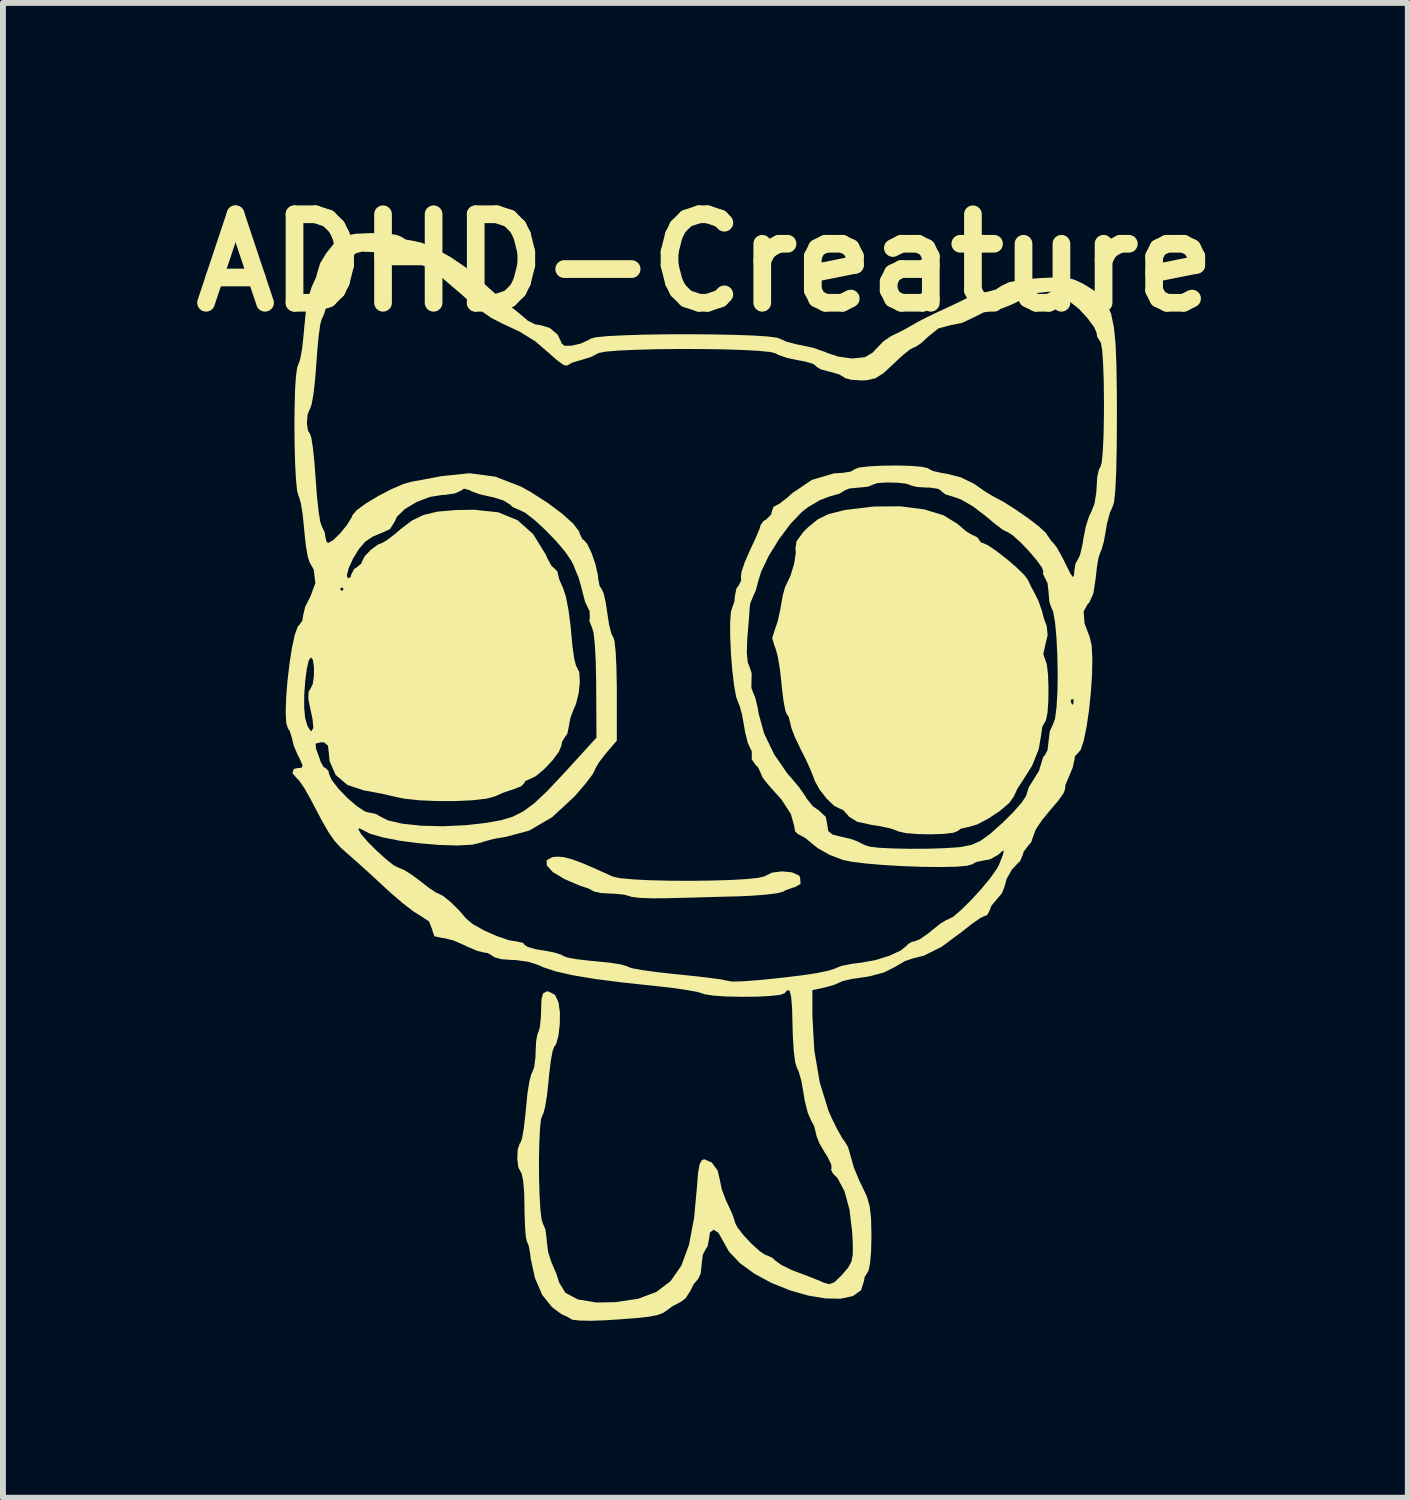
<source format=kicad_pcb>
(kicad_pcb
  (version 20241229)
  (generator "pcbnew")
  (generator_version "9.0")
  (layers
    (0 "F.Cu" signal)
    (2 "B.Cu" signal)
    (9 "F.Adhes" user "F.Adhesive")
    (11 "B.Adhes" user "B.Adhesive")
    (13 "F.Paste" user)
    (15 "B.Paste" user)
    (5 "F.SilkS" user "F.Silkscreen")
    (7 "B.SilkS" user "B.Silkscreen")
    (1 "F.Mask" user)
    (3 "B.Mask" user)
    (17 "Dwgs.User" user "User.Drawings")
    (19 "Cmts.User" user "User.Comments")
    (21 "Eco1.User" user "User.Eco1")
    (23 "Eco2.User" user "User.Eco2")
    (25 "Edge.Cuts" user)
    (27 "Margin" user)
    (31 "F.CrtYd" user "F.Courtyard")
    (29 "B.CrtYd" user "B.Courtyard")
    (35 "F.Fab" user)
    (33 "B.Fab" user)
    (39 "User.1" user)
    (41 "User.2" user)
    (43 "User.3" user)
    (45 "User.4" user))
  (footprint "ADHD-Creature"
    (layer "F.Cu")
    (at 8.907 9.532)
    (property "Reference" "ADHD-Creature" (at 0 -8.128 0) (layer "F.SilkS") (effects (font (size 1.5 1.5) (thickness 0.3))))
    (attr board_only exclude_from_pos_files exclude_from_bom)
    (fp_poly (pts (xy -2.399 1.948) (xy -2.27 1.981) (xy -2.095 2.045) (xy -1.851 2.15) (xy -1.57 2.277) (xy -1.45 2.304) (xy -1.235 2.324) (xy -0.951 2.339) (xy -0.619 2.347) (xy -0.266 2.349) (xy 0.087 2.345) (xy 0.414 2.336) (xy 0.691 2.32) (xy 0.896 2.299) (xy 1.004 2.273) (xy 1.01 2.268) (xy 1.13 2.21) (xy 1.298 2.189) (xy 1.466 2.205) (xy 1.584 2.257) (xy 1.605 2.286) (xy 1.614 2.401) (xy 1.517 2.457) (xy 1.492 2.462) (xy 1.366 2.506) (xy 1.314 2.534) (xy 1.215 2.56) (xy 1.021 2.584) (xy 0.765 2.603) (xy 0.563 2.612) (xy 0.207 2.621) (xy -0.18 2.632) (xy -0.532 2.641) (xy -0.647 2.644) (xy -0.904 2.646) (xy -1.115 2.638) (xy -1.249 2.621) (xy -1.273 2.613) (xy -1.378 2.583) (xy -1.55 2.567) (xy -1.601 2.566) (xy -1.772 2.556) (xy -1.885 2.531) (xy -1.9 2.522) (xy -1.998 2.471) (xy -2.019 2.467) (xy -2.117 2.435) (xy -2.281 2.366) (xy -2.393 2.316) (xy -2.586 2.201) (xy -2.687 2.09) (xy -2.691 2) (xy -2.593 1.947) (xy -2.504 1.939)) (stroke (width 0) (type solid)) (fill yes) (layer "F.SilkS"))
    (fp_poly (pts (xy 3.706 -3.948) (xy 4.038 -3.847) (xy 4.277 -3.699) (xy 4.287 -3.69) (xy 4.422 -3.574) (xy 4.531 -3.509) (xy 4.554 -3.503) (xy 4.625 -3.463) (xy 4.63 -3.441) (xy 4.678 -3.382) (xy 4.701 -3.378) (xy 4.79 -3.339) (xy 4.937 -3.239) (xy 5.111 -3.104) (xy 5.278 -2.96) (xy 5.408 -2.833) (xy 5.467 -2.753) (xy 5.532 -2.615) (xy 5.562 -2.565) (xy 5.644 -2.401) (xy 5.709 -2.218) (xy 5.722 -2.158) (xy 5.754 -2.053) (xy 5.785 -1.977) (xy 5.802 -1.816) (xy 5.766 -1.667) (xy 5.728 -1.49) (xy 5.756 -1.413) (xy 5.788 -1.322) (xy 5.808 -1.148) (xy 5.816 -0.929) (xy 5.814 -0.702) (xy 5.8 -0.504) (xy 5.774 -0.374) (xy 5.756 -0.344) (xy 5.71 -0.259) (xy 5.693 -0.129) (xy 5.65 0.121) (xy 5.538 0.399) (xy 5.395 0.626) (xy 5.291 0.784) (xy 5.229 0.919) (xy 5.15 1.03) (xy 4.994 1.163) (xy 4.8 1.292) (xy 4.609 1.393) (xy 4.458 1.438) (xy 4.445 1.439) (xy 4.325 1.468) (xy 4.285 1.501) (xy 4.206 1.534) (xy 4.04 1.554) (xy 3.826 1.561) (xy 3.601 1.557) (xy 3.403 1.541) (xy 3.272 1.512) (xy 3.254 1.503) (xy 3.141 1.462) (xy 2.954 1.422) (xy 2.827 1.403) (xy 2.574 1.348) (xy 2.434 1.262) (xy 2.421 1.243) (xy 2.335 1.149) (xy 2.28 1.126) (xy 2.183 1.078) (xy 2.058 0.958) (xy 1.937 0.804) (xy 1.854 0.654) (xy 1.845 0.626) (xy 1.791 0.486) (xy 1.7 0.286) (xy 1.619 0.125) (xy 1.523 -0.074) (xy 1.458 -0.242) (xy 1.439 -0.325) (xy 1.411 -0.435) (xy 1.386 -0.464) (xy 1.356 -0.537) (xy 1.324 -0.704) (xy 1.296 -0.931) (xy 1.29 -1.003) (xy 1.261 -1.256) (xy 1.223 -1.472) (xy 1.183 -1.61) (xy 1.174 -1.626) (xy 1.133 -1.763) (xy 1.171 -1.889) (xy 1.224 -2.043) (xy 1.27 -2.248) (xy 1.28 -2.309) (xy 1.313 -2.493) (xy 1.35 -2.627) (xy 1.362 -2.653) (xy 1.443 -2.822) (xy 1.505 -3.026) (xy 1.533 -3.209) (xy 1.527 -3.283) (xy 1.544 -3.405) (xy 1.656 -3.559) (xy 1.733 -3.637) (xy 1.906 -3.779) (xy 2.09 -3.868) (xy 2.341 -3.931) (xy 2.377 -3.938) (xy 2.853 -3.996) (xy 3.303 -3.999)) (stroke (width 0) (type solid)) (fill yes) (layer "F.SilkS"))
    (fp_poly (pts (xy -5.424 -8.624) (xy -5.25 -8.604) (xy -5.164 -8.574) (xy -5.161 -8.571) (xy -5.073 -8.519) (xy -4.997 -8.508) (xy -4.817 -8.47) (xy -4.577 -8.368) (xy -4.314 -8.221) (xy -4.062 -8.049) (xy -3.887 -7.9) (xy -3.683 -7.711) (xy -3.469 -7.524) (xy -3.347 -7.424) (xy -3.184 -7.294) (xy -3.054 -7.185) (xy -3.014 -7.149) (xy -2.887 -7.084) (xy -2.789 -7.069) (xy -2.638 -7.023) (xy -2.506 -6.912) (xy -2.441 -6.779) (xy -2.44 -6.762) (xy -2.389 -6.721) (xy -2.267 -6.722) (xy -2.115 -6.757) (xy -1.976 -6.82) (xy -1.945 -6.842) (xy -1.855 -6.865) (xy -1.662 -6.884) (xy -1.386 -6.898) (xy -1.049 -6.909) (xy -0.673 -6.915) (xy -0.279 -6.916) (xy 0.112 -6.913) (xy 0.477 -6.906) (xy 0.796 -6.895) (xy 1.047 -6.879) (xy 1.209 -6.859) (xy 1.257 -6.843) (xy 1.372 -6.791) (xy 1.551 -6.744) (xy 1.618 -6.732) (xy 1.835 -6.684) (xy 2.032 -6.615) (xy 2.068 -6.598) (xy 2.25 -6.538) (xy 2.468 -6.507) (xy 2.506 -6.506) (xy 2.704 -6.527) (xy 2.836 -6.605) (xy 2.893 -6.667) (xy 3.024 -6.801) (xy 3.152 -6.886) (xy 3.311 -6.963) (xy 3.394 -7.007) (xy 3.547 -7.094) (xy 3.613 -7.132) (xy 3.734 -7.194) (xy 3.915 -7.282) (xy 4.004 -7.323) (xy 4.213 -7.421) (xy 4.406 -7.514) (xy 4.463 -7.542) (xy 4.632 -7.608) (xy 4.77 -7.633) (xy 4.921 -7.673) (xy 5.012 -7.733) (xy 5.146 -7.798) (xy 5.389 -7.843) (xy 5.654 -7.867) (xy 5.923 -7.88) (xy 6.106 -7.875) (xy 6.245 -7.845) (xy 6.378 -7.785) (xy 6.456 -7.741) (xy 6.605 -7.645) (xy 6.723 -7.543) (xy 6.813 -7.419) (xy 6.879 -7.257) (xy 6.924 -7.042) (xy 6.953 -6.759) (xy 6.968 -6.392) (xy 6.975 -5.925) (xy 6.976 -5.562) (xy 6.973 -5.008) (xy 6.964 -4.577) (xy 6.949 -4.266) (xy 6.928 -4.072) (xy 6.905 -3.998) (xy 6.856 -3.887) (xy 6.808 -3.704) (xy 6.79 -3.597) (xy 6.755 -3.404) (xy 6.715 -3.261) (xy 6.696 -3.222) (xy 6.665 -3.129) (xy 6.635 -2.954) (xy 6.618 -2.79) (xy 6.577 -2.521) (xy 6.507 -2.367) (xy 6.482 -2.343) (xy 6.412 -2.218) (xy 6.427 -2.017) (xy 6.516 -1.779) (xy 6.548 -1.641) (xy 6.56 -1.423) (xy 6.555 -1.152) (xy 6.535 -0.851) (xy 6.504 -0.548) (xy 6.463 -0.266) (xy 6.415 -0.033) (xy 6.364 0.127) (xy 6.312 0.188) (xy 6.31 0.188) (xy 6.264 0.239) (xy 6.256 0.297) (xy 6.227 0.429) (xy 6.162 0.585) (xy 6.105 0.72) (xy 6.094 0.803) (xy 6.095 0.806) (xy 6.069 0.869) (xy 5.978 0.996) (xy 5.844 1.153) (xy 5.702 1.326) (xy 5.602 1.477) (xy 5.568 1.566) (xy 5.523 1.695) (xy 5.474 1.752) (xy 5.395 1.857) (xy 5.38 1.913) (xy 5.333 2.019) (xy 5.302 2.046) (xy 5.197 2.157) (xy 5.106 2.318) (xy 5.067 2.461) (xy 5.025 2.563) (xy 4.942 2.659) (xy 4.848 2.773) (xy 4.817 2.856) (xy 4.775 2.933) (xy 4.746 2.94) (xy 4.664 2.978) (xy 4.521 3.077) (xy 4.355 3.208) (xy 4.006 3.467) (xy 3.704 3.618) (xy 3.525 3.662) (xy 3.382 3.71) (xy 3.22 3.805) (xy 3.211 3.811) (xy 3.024 3.904) (xy 2.775 3.97) (xy 2.689 3.983) (xy 2.487 4.012) (xy 2.335 4.047) (xy 2.283 4.068) (xy 2.182 4.113) (xy 2.024 4.157) (xy 2.018 4.158) (xy 1.814 4.202) (xy 1.814 4.633) (xy 1.846 5.219) (xy 1.939 5.766) (xy 2.085 6.241) (xy 2.138 6.364) (xy 2.237 6.564) (xy 2.322 6.715) (xy 2.373 6.785) (xy 2.373 6.785) (xy 2.419 6.864) (xy 2.462 7.011) (xy 2.466 7.031) (xy 2.52 7.216) (xy 2.612 7.438) (xy 2.661 7.536) (xy 2.739 7.704) (xy 2.786 7.87) (xy 2.809 8.076) (xy 2.815 8.363) (xy 2.815 8.383) (xy 2.809 8.635) (xy 2.791 8.837) (xy 2.766 8.958) (xy 2.753 8.978) (xy 2.699 9.067) (xy 2.69 9.128) (xy 2.64 9.288) (xy 2.501 9.388) (xy 2.292 9.433) (xy 2.031 9.428) (xy 1.737 9.378) (xy 1.427 9.289) (xy 1.12 9.165) (xy 0.835 9.011) (xy 0.59 8.834) (xy 0.402 8.637) (xy 0.303 8.461) (xy 0.221 8.315) (xy 0.139 8.263) (xy 0.078 8.31) (xy 0.063 8.411) (xy 0.039 8.543) (xy 0 8.602) (xy -0.043 8.686) (xy -0.062 8.837) (xy -0.063 8.852) (xy -0.08 9.008) (xy -0.124 9.102) (xy -0.129 9.105) (xy -0.201 9.191) (xy -0.253 9.298) (xy -0.338 9.429) (xy -0.421 9.489) (xy -0.56 9.562) (xy -0.642 9.623) (xy -0.713 9.672) (xy -0.809 9.709) (xy -0.953 9.737) (xy -1.166 9.761) (xy -1.471 9.784) (xy -1.69 9.798) (xy -1.939 9.807) (xy -2.138 9.803) (xy -2.257 9.788) (xy -2.274 9.779) (xy -2.357 9.73) (xy -2.371 9.728) (xy -2.443 9.692) (xy -2.568 9.6) (xy -2.605 9.57) (xy -2.765 9.369) (xy -2.889 9.082) (xy -2.962 8.748) (xy -2.969 8.68) (xy -2.993 8.539) (xy -3.024 8.466) (xy -3.043 8.389) (xy -3.057 8.218) (xy -3.065 7.984) (xy -3.066 7.876) (xy -3.072 7.626) (xy -3.09 7.425) (xy -3.116 7.307) (xy -3.128 7.288) (xy -3.171 7.204) (xy -3.189 7.055) (xy -3.181 6.902) (xy -3.147 6.802) (xy -3.137 6.794) (xy -3.109 6.72) (xy -3.079 6.553) (xy -3.052 6.321) (xy -3.042 6.213) (xy -3.017 5.96) (xy -2.984 5.753) (xy -2.951 5.625) (xy -2.939 5.604) (xy -2.902 5.509) (xy -2.88 5.339) (xy -2.878 5.253) (xy -2.869 5.071) (xy -2.846 4.944) (xy -2.832 4.918) (xy -2.806 4.833) (xy -2.789 4.668) (xy -2.785 4.547) (xy -2.778 4.355) (xy -2.751 4.257) (xy -2.692 4.225) (xy -2.663 4.223) (xy -2.549 4.282) (xy -2.489 4.411) (xy -2.466 4.577) (xy -2.468 4.78) (xy -2.491 4.975) (xy -2.53 5.117) (xy -2.561 5.159) (xy -2.589 5.232) (xy -2.62 5.399) (xy -2.648 5.63) (xy -2.658 5.739) (xy -2.685 5.989) (xy -2.718 6.189) (xy -2.751 6.307) (xy -2.764 6.325) (xy -2.788 6.4) (xy -2.805 6.572) (xy -2.816 6.814) (xy -2.821 7.097) (xy -2.819 7.393) (xy -2.811 7.676) (xy -2.797 7.916) (xy -2.777 8.086) (xy -2.755 8.156) (xy -2.711 8.258) (xy -2.69 8.422) (xy -2.69 8.443) (xy -2.665 8.646) (xy -2.606 8.824) (xy -2.606 8.825) (xy -2.524 9.014) (xy -2.479 9.158) (xy -2.373 9.332) (xy -2.162 9.445) (xy -1.849 9.497) (xy -1.524 9.491) (xy -1.14 9.434) (xy -0.831 9.318) (xy -0.589 9.134) (xy -0.407 8.871) (xy -0.277 8.517) (xy -0.191 8.062) (xy -0.144 7.554) (xy -0.124 7.301) (xy -0.097 7.151) (xy -0.057 7.082) (xy -0.018 7.069) (xy 0.109 7.125) (xy 0.209 7.262) (xy 0.248 7.432) (xy 0.278 7.577) (xy 0.348 7.764) (xy 0.375 7.82) (xy 0.452 7.986) (xy 0.496 8.11) (xy 0.5 8.136) (xy 0.543 8.224) (xy 0.648 8.358) (xy 0.784 8.503) (xy 0.919 8.625) (xy 1.019 8.692) (xy 1.037 8.696) (xy 1.136 8.74) (xy 1.186 8.787) (xy 1.287 8.86) (xy 1.458 8.944) (xy 1.553 8.981) (xy 1.76 9.058) (xy 1.94 9.131) (xy 1.993 9.155) (xy 2.095 9.187) (xy 2.184 9.156) (xy 2.3 9.046) (xy 2.329 9.014) (xy 2.422 8.903) (xy 2.476 8.805) (xy 2.499 8.684) (xy 2.499 8.502) (xy 2.488 8.296) (xy 2.443 7.921) (xy 2.358 7.611) (xy 2.24 7.388) (xy 2.16 7.308) (xy 2.129 7.241) (xy 2.139 7.224) (xy 2.132 7.153) (xy 2.067 7.022) (xy 2.028 6.962) (xy 1.933 6.8) (xy 1.881 6.665) (xy 1.877 6.637) (xy 1.843 6.505) (xy 1.792 6.411) (xy 1.736 6.28) (xy 1.685 6.079) (xy 1.663 5.945) (xy 1.627 5.739) (xy 1.581 5.579) (xy 1.552 5.522) (xy 1.523 5.429) (xy 1.499 5.241) (xy 1.483 4.99) (xy 1.478 4.817) (xy 1.47 4.502) (xy 1.452 4.302) (xy 1.424 4.207) (xy 1.382 4.207) (xy 1.345 4.254) (xy 1.268 4.282) (xy 1.099 4.301) (xy 0.869 4.313) (xy 0.611 4.315) (xy 0.356 4.31) (xy 0.138 4.295) (xy -0.012 4.272) (xy -0.048 4.259) (xy -0.153 4.229) (xy -0.352 4.194) (xy -0.612 4.158) (xy -0.813 4.136) (xy -1.401 4.073) (xy -1.877 4.012) (xy -2.252 3.949) (xy -2.538 3.884) (xy -2.749 3.814) (xy -2.825 3.778) (xy -2.993 3.723) (xy -3.209 3.693) (xy -3.275 3.691) (xy -3.454 3.678) (xy -3.574 3.646) (xy -3.597 3.629) (xy -3.687 3.574) (xy -3.743 3.566) (xy -3.863 3.538) (xy -4.032 3.467) (xy -4.083 3.441) (xy -4.27 3.36) (xy -4.441 3.318) (xy -4.473 3.316) (xy -4.593 3.289) (xy -4.629 3.188) (xy -4.63 3.175) (xy -4.685 3.037) (xy -4.814 2.952) (xy -4.943 2.872) (xy -5.128 2.73) (xy -5.336 2.552) (xy -5.411 2.483) (xy -5.632 2.278) (xy -5.852 2.078) (xy -6.032 1.919) (xy -6.068 1.888) (xy -6.186 1.782) (xy -6.284 1.674) (xy -6.38 1.538) (xy -6.49 1.349) (xy -6.631 1.082) (xy -6.694 0.961) (xy -6.796 0.781) (xy -6.887 0.649) (xy -6.929 0.607) (xy -7.001 0.522) (xy -6.977 0.454) (xy -6.913 0.438) (xy -6.841 0.431) (xy -6.829 0.39) (xy -6.875 0.283) (xy -6.913 0.21) (xy -6.979 0.055) (xy -6.986 0.023) (xy -6.607 0.023) (xy -6.601 0.108) (xy -6.6 0.109) (xy -6.542 0.267) (xy -6.523 0.328) (xy -6.471 0.421) (xy -6.437 0.438) (xy -6.387 0.489) (xy -6.381 0.531) (xy -6.336 0.637) (xy -6.221 0.786) (xy -6.067 0.946) (xy -5.906 1.085) (xy -5.77 1.173) (xy -5.716 1.189) (xy -5.584 1.215) (xy -5.534 1.246) (xy -5.384 1.324) (xy -5.136 1.381) (xy -4.816 1.415) (xy -4.448 1.424) (xy -4.058 1.406) (xy -3.722 1.368) (xy -3.474 1.324) (xy -3.269 1.264) (xy -3.086 1.172) (xy -2.9 1.034) (xy -2.687 0.834) (xy -2.425 0.556) (xy -2.352 0.477) (xy -1.846 -0.078) (xy -1.851 -0.98) (xy -1.858 -1.362) (xy -1.874 -1.66) (xy -1.896 -1.861) (xy -1.924 -1.949) (xy -1.967 -2.06) (xy -1.959 -2.104) (xy -1.963 -2.226) (xy -1.987 -2.269) (xy -2.038 -2.379) (xy -2.084 -2.549) (xy -2.09 -2.58) (xy -2.148 -2.787) (xy -2.241 -3.014) (xy -2.271 -3.073) (xy -2.375 -3.227) (xy -2.53 -3.41) (xy -2.712 -3.598) (xy -2.894 -3.766) (xy -3.051 -3.888) (xy -3.158 -3.941) (xy -3.164 -3.941) (xy -3.264 -3.985) (xy -3.312 -4.03) (xy -3.417 -4.096) (xy -3.59 -4.151) (xy -3.648 -4.163) (xy -3.832 -4.205) (xy -3.968 -4.256) (xy -3.991 -4.271) (xy -4.092 -4.299) (xy -4.144 -4.264) (xy -4.25 -4.217) (xy -4.42 -4.192) (xy -4.459 -4.192) (xy -4.671 -4.158) (xy -4.895 -4.072) (xy -5.092 -3.954) (xy -5.228 -3.824) (xy -5.267 -3.739) (xy -5.345 -3.614) (xy -5.465 -3.558) (xy -5.644 -3.483) (xy -5.768 -3.398) (xy -5.874 -3.274) (xy -5.973 -3.112) (xy -6.046 -2.951) (xy -6.078 -2.827) (xy -6.063 -2.78) (xy -6.013 -2.797) (xy -6.006 -2.836) (xy -5.955 -2.936) (xy -5.912 -2.963) (xy -5.829 -3.032) (xy -5.818 -3.069) (xy -5.773 -3.156) (xy -5.668 -3.264) (xy -5.55 -3.351) (xy -5.484 -3.376) (xy -5.412 -3.416) (xy -5.279 -3.516) (xy -5.156 -3.62) (xy -4.974 -3.758) (xy -4.78 -3.852) (xy -4.544 -3.909) (xy -4.236 -3.936) (xy -3.917 -3.941) (xy -3.511 -3.898) (xy -3.184 -3.764) (xy -2.921 -3.53) (xy -2.709 -3.187) (xy -2.675 -3.112) (xy -2.608 -2.99) (xy -2.551 -2.94) (xy -2.506 -2.891) (xy -2.502 -2.862) (xy -2.475 -2.754) (xy -2.41 -2.609) (xy -2.364 -2.467) (xy -2.32 -2.241) (xy -2.285 -1.971) (xy -2.276 -1.872) (xy -2.252 -1.619) (xy -2.223 -1.418) (xy -2.193 -1.297) (xy -2.181 -1.277) (xy -2.138 -1.188) (xy -2.128 -1.023) (xy -2.148 -0.828) (xy -2.194 -0.646) (xy -2.221 -0.586) (xy -2.288 -0.414) (xy -2.314 -0.27) (xy -2.34 -0.143) (xy -2.377 -0.094) (xy -2.431 -0.005) (xy -2.44 0.056) (xy -2.484 0.163) (xy -2.593 0.309) (xy -2.734 0.458) (xy -2.874 0.575) (xy -2.979 0.626) (xy -2.982 0.626) (xy -3.058 0.662) (xy -3.066 0.687) (xy -3.119 0.745) (xy -3.233 0.79) (xy -3.423 0.854) (xy -3.562 0.916) (xy -3.707 0.956) (xy -3.943 0.983) (xy -4.235 0.997) (xy -4.549 0.997) (xy -4.85 0.984) (xy -5.106 0.956) (xy -5.224 0.932) (xy -5.447 0.88) (xy -5.703 0.831) (xy -5.782 0.818) (xy -6.066 0.725) (xy -6.267 0.554) (xy -6.37 0.32) (xy -6.381 0.203) (xy -6.397 0.06) (xy -6.459 0.005) (xy -6.513 0) (xy -6.607 0.023) (xy -6.986 0.023) (xy -7.007 -0.066) (xy -7.048 -0.196) (xy -7.075 -0.231) (xy -7.105 -0.327) (xy -7.114 -0.514) (xy -7.112 -0.585) (xy -6.801 -0.585) (xy -6.785 -0.415) (xy -6.785 -0.414) (xy -6.742 -0.267) (xy -6.69 -0.191) (xy -6.679 -0.188) (xy -6.645 -0.242) (xy -6.659 -0.388) (xy -6.659 -0.391) (xy -6.699 -0.579) (xy -6.73 -0.731) (xy -6.727 -0.855) (xy -6.695 -0.907) (xy -6.656 -0.984) (xy -6.636 -1.124) (xy -6.635 -1.278) (xy -6.654 -1.399) (xy -6.687 -1.439) (xy -6.725 -1.382) (xy -6.758 -1.234) (xy -6.784 -1.029) (xy -6.8 -0.802) (xy -6.801 -0.585) (xy -7.112 -0.585) (xy -7.106 -0.764) (xy -7.083 -1.047) (xy -7.049 -1.337) (xy -7.007 -1.605) (xy -6.96 -1.821) (xy -6.911 -1.959) (xy -6.881 -1.992) (xy -6.831 -2.063) (xy -6.819 -2.148) (xy -6.785 -2.293) (xy -6.702 -2.459) (xy -6.696 -2.469) (xy -6.649 -2.596) (xy -6.194 -2.596) (xy -6.162 -2.565) (xy -6.131 -2.596) (xy -6.162 -2.628) (xy -6.194 -2.596) (xy -6.649 -2.596) (xy -6.611 -2.697) (xy -6.639 -2.926) (xy -6.707 -3.046) (xy -6.739 -3.141) (xy -6.771 -3.325) (xy -6.797 -3.561) (xy -6.801 -3.609) (xy -6.825 -3.851) (xy -6.856 -4.048) (xy -6.889 -4.163) (xy -6.896 -4.173) (xy -6.921 -4.266) (xy -6.94 -4.458) (xy -6.954 -4.722) (xy -6.963 -5.032) (xy -6.966 -5.362) (xy -6.966 -5.412) (xy -6.755 -5.412) (xy -6.736 -5.279) (xy -6.703 -5.23) (xy -6.679 -5.158) (xy -6.652 -4.987) (xy -6.627 -4.742) (xy -6.606 -4.46) (xy -6.584 -4.165) (xy -6.557 -3.917) (xy -6.529 -3.74) (xy -6.503 -3.663) (xy -6.451 -3.553) (xy -6.444 -3.491) (xy -6.42 -3.396) (xy -6.393 -3.378) (xy -6.31 -3.425) (xy -6.193 -3.539) (xy -6.077 -3.681) (xy -5.995 -3.814) (xy -5.982 -3.85) (xy -5.91 -3.934) (xy -5.755 -4.048) (xy -5.55 -4.171) (xy -5.328 -4.287) (xy -5.121 -4.376) (xy -4.974 -4.418) (xy -4.846 -4.44) (xy -4.645 -4.478) (xy -4.473 -4.511) (xy -3.998 -4.56) (xy -3.56 -4.502) (xy -3.126 -4.334) (xy -2.961 -4.242) (xy -2.668 -4.054) (xy -2.421 -3.869) (xy -2.239 -3.704) (xy -2.14 -3.573) (xy -2.127 -3.528) (xy -2.083 -3.441) (xy -2.062 -3.43) (xy -2 -3.358) (xy -1.929 -3.208) (xy -1.865 -3.022) (xy -1.824 -2.844) (xy -1.817 -2.772) (xy -1.793 -2.648) (xy -1.76 -2.601) (xy -1.725 -2.526) (xy -1.688 -2.364) (xy -1.663 -2.193) (xy -1.631 -1.988) (xy -1.592 -1.837) (xy -1.561 -1.781) (xy -1.539 -1.708) (xy -1.521 -1.533) (xy -1.508 -1.279) (xy -1.502 -0.97) (xy -1.501 -0.885) (xy -1.501 -0.027) (xy -1.687 0.19) (xy -1.799 0.335) (xy -1.866 0.447) (xy -1.874 0.474) (xy -1.915 0.549) (xy -2.021 0.689) (xy -2.172 0.867) (xy -2.221 0.922) (xy -2.598 1.271) (xy -2.986 1.498) (xy -3.39 1.606) (xy -3.395 1.606) (xy -3.595 1.64) (xy -3.761 1.686) (xy -3.789 1.698) (xy -3.953 1.737) (xy -4.205 1.75) (xy -4.514 1.741) (xy -4.848 1.713) (xy -5.177 1.67) (xy -5.468 1.613) (xy -5.691 1.548) (xy -5.8 1.491) (xy -5.868 1.458) (xy -5.881 1.476) (xy -5.837 1.556) (xy -5.726 1.685) (xy -5.576 1.835) (xy -5.419 1.978) (xy -5.284 2.085) (xy -5.201 2.127) (xy -5.106 2.165) (xy -4.956 2.261) (xy -4.844 2.346) (xy -4.688 2.467) (xy -4.568 2.547) (xy -4.525 2.565) (xy -4.443 2.607) (xy -4.316 2.711) (xy -4.177 2.847) (xy -4.061 2.981) (xy -4.056 2.988) (xy -3.944 3.082) (xy -3.757 3.187) (xy -3.537 3.285) (xy -3.33 3.356) (xy -3.195 3.378) (xy -3.091 3.401) (xy -3.066 3.433) (xy -3.009 3.471) (xy -2.866 3.51) (xy -2.755 3.528) (xy -2.57 3.562) (xy -2.443 3.601) (xy -2.413 3.621) (xy -2.34 3.649) (xy -2.174 3.679) (xy -1.946 3.705) (xy -1.868 3.712) (xy -1.626 3.736) (xy -1.436 3.766) (xy -1.329 3.796) (xy -1.318 3.805) (xy -1.246 3.83) (xy -1.073 3.862) (xy -0.825 3.896) (xy -0.525 3.93) (xy -0.47 3.935) (xy -0.165 3.966) (xy 0.093 3.997) (xy 0.28 4.023) (xy 0.37 4.042) (xy 0.374 4.044) (xy 0.456 4.057) (xy 0.647 4.052) (xy 0.933 4.03) (xy 1.3 3.992) (xy 1.646 3.95) (xy 1.887 3.914) (xy 2.084 3.873) (xy 2.199 3.836) (xy 2.209 3.829) (xy 2.309 3.791) (xy 2.489 3.755) (xy 2.641 3.736) (xy 2.884 3.693) (xy 3.12 3.619) (xy 3.312 3.53) (xy 3.422 3.44) (xy 3.43 3.425) (xy 3.502 3.382) (xy 3.538 3.378) (xy 3.634 3.34) (xy 3.776 3.242) (xy 3.838 3.191) (xy 3.98 3.077) (xy 4.088 3.011) (xy 4.115 3.003) (xy 4.201 2.958) (xy 4.34 2.839) (xy 4.508 2.672) (xy 4.681 2.483) (xy 4.834 2.297) (xy 4.944 2.14) (xy 4.977 2.078) (xy 5.045 1.907) (xy 5.06 1.837) (xy 5.022 1.853) (xy 4.969 1.904) (xy 4.827 1.985) (xy 4.731 2.002) (xy 4.59 2.03) (xy 4.526 2.068) (xy 4.436 2.094) (xy 4.247 2.11) (xy 3.985 2.115) (xy 3.675 2.112) (xy 3.342 2.1) (xy 3.014 2.081) (xy 2.715 2.055) (xy 2.47 2.024) (xy 2.334 1.996) (xy 2.108 1.91) (xy 1.903 1.794) (xy 1.83 1.736) (xy 1.698 1.626) (xy 1.593 1.567) (xy 1.576 1.564) (xy 1.521 1.51) (xy 1.501 1.401) (xy 1.448 1.214) (xy 1.291 0.973) (xy 1.063 0.717) (xy 0.972 0.602) (xy 0.938 0.522) (xy 0.895 0.428) (xy 0.845 0.376) (xy 0.784 0.287) (xy 0.788 0.24) (xy 0.786 0.148) (xy 0.762 0.107) (xy 0.717 0.004) (xy 0.673 -0.174) (xy 0.655 -0.282) (xy 0.62 -0.475) (xy 0.581 -0.617) (xy 0.563 -0.657) (xy 0.522 -0.767) (xy 0.486 -0.966) (xy 0.456 -1.222) (xy 0.433 -1.505) (xy 0.433 -1.517) (xy 0.702 -1.517) (xy 0.72 -1.345) (xy 0.744 -1.291) (xy 0.785 -1.17) (xy 0.782 -1.064) (xy 0.78 -0.922) (xy 0.807 -0.849) (xy 0.847 -0.751) (xy 0.888 -0.578) (xy 0.903 -0.486) (xy 0.996 -0.148) (xy 1.167 0.207) (xy 1.39 0.53) (xy 1.456 0.605) (xy 1.591 0.766) (xy 1.697 0.918) (xy 1.713 0.949) (xy 1.824 1.087) (xy 1.925 1.157) (xy 2.041 1.265) (xy 2.065 1.388) (xy 2.082 1.504) (xy 2.158 1.566) (xy 2.299 1.601) (xy 2.469 1.64) (xy 2.585 1.683) (xy 2.596 1.691) (xy 2.707 1.745) (xy 2.784 1.769) (xy 2.931 1.788) (xy 3.167 1.8) (xy 3.456 1.806) (xy 3.763 1.805) (xy 4.05 1.796) (xy 4.283 1.781) (xy 4.347 1.773) (xy 4.514 1.739) (xy 4.661 1.673) (xy 4.823 1.557) (xy 5.035 1.368) (xy 5.044 1.36) (xy 5.225 1.18) (xy 5.363 1.021) (xy 5.437 0.909) (xy 5.444 0.884) (xy 5.482 0.764) (xy 5.568 0.626) (xy 5.656 0.482) (xy 5.692 0.363) (xy 5.726 0.25) (xy 5.756 0.219) (xy 5.799 0.135) (xy 5.818 -0.014) (xy 5.818 -0.022) (xy 5.839 -0.186) (xy 5.889 -0.296) (xy 5.89 -0.297) (xy 5.927 -0.397) (xy 5.953 -0.594) (xy 5.958 -0.688) (xy 6.194 -0.688) (xy 6.216 -0.637) (xy 6.235 -0.646) (xy 6.243 -0.721) (xy 6.235 -0.73) (xy 6.198 -0.721) (xy 6.194 -0.688) (xy 5.958 -0.688) (xy 5.968 -0.859) (xy 5.972 -1.164) (xy 5.966 -1.481) (xy 5.951 -1.781) (xy 5.927 -2.036) (xy 5.894 -2.218) (xy 5.86 -2.294) (xy 5.831 -2.38) (xy 5.818 -2.531) (xy 5.818 -2.54) (xy 5.801 -2.693) (xy 5.758 -2.783) (xy 5.755 -2.785) (xy 5.721 -2.863) (xy 5.731 -2.888) (xy 5.708 -2.957) (xy 5.62 -3.081) (xy 5.491 -3.233) (xy 5.348 -3.383) (xy 5.217 -3.502) (xy 5.125 -3.563) (xy 5.111 -3.566) (xy 5.039 -3.604) (xy 4.905 -3.705) (xy 4.741 -3.842) (xy 4.535 -3.999) (xy 4.335 -4.115) (xy 4.214 -4.158) (xy 4.073 -4.2) (xy 4.005 -4.25) (xy 4.004 -4.257) (xy 3.949 -4.295) (xy 3.811 -4.316) (xy 3.764 -4.317) (xy 3.6 -4.326) (xy 3.496 -4.348) (xy 3.486 -4.355) (xy 3.4 -4.384) (xy 3.244 -4.4) (xy 3.066 -4.403) (xy 2.915 -4.393) (xy 2.839 -4.367) (xy 2.839 -4.366) (xy 2.761 -4.333) (xy 2.613 -4.317) (xy 2.596 -4.317) (xy 2.443 -4.302) (xy 2.354 -4.266) (xy 2.35 -4.261) (xy 2.271 -4.213) (xy 2.123 -4.17) (xy 2.107 -4.167) (xy 1.937 -4.102) (xy 1.738 -3.983) (xy 1.637 -3.905) (xy 1.445 -3.705) (xy 1.25 -3.444) (xy 1.075 -3.161) (xy 0.947 -2.895) (xy 0.895 -2.728) (xy 0.854 -2.57) (xy 0.807 -2.468) (xy 0.761 -2.354) (xy 0.751 -2.281) (xy 0.743 -2.155) (xy 0.727 -1.953) (xy 0.711 -1.765) (xy 0.702 -1.517) (xy 0.433 -1.517) (xy 0.421 -1.785) (xy 0.42 -2.031) (xy 0.433 -2.211) (xy 0.459 -2.294) (xy 0.492 -2.384) (xy 0.5 -2.478) (xy 0.527 -2.607) (xy 0.567 -2.662) (xy 0.609 -2.747) (xy 0.602 -2.786) (xy 0.611 -2.882) (xy 0.667 -3.051) (xy 0.754 -3.25) (xy 0.848 -3.451) (xy 0.914 -3.607) (xy 0.938 -3.685) (xy 0.988 -3.753) (xy 1.032 -3.776) (xy 1.115 -3.86) (xy 1.126 -3.908) (xy 1.155 -3.993) (xy 1.181 -4.004) (xy 1.255 -4.043) (xy 1.384 -4.143) (xy 1.475 -4.224) (xy 1.804 -4.446) (xy 2.171 -4.556) (xy 2.327 -4.567) (xy 2.465 -4.588) (xy 2.534 -4.63) (xy 2.61 -4.657) (xy 2.777 -4.677) (xy 2.999 -4.688) (xy 3.244 -4.691) (xy 3.477 -4.685) (xy 3.663 -4.67) (xy 3.769 -4.647) (xy 3.78 -4.638) (xy 3.857 -4.598) (xy 4.013 -4.563) (xy 4.089 -4.552) (xy 4.33 -4.491) (xy 4.553 -4.382) (xy 4.576 -4.366) (xy 4.732 -4.257) (xy 4.858 -4.179) (xy 4.88 -4.167) (xy 5.052 -4.076) (xy 5.258 -3.946) (xy 5.467 -3.801) (xy 5.645 -3.665) (xy 5.761 -3.559) (xy 5.783 -3.531) (xy 5.861 -3.415) (xy 5.906 -3.369) (xy 5.962 -3.293) (xy 6.047 -3.142) (xy 6.105 -3.025) (xy 6.187 -2.86) (xy 6.231 -2.799) (xy 6.249 -2.832) (xy 6.253 -2.89) (xy 6.273 -3.026) (xy 6.31 -3.092) (xy 6.349 -3.168) (xy 6.388 -3.327) (xy 6.408 -3.45) (xy 6.45 -3.663) (xy 6.509 -3.842) (xy 6.541 -3.903) (xy 6.596 -4.043) (xy 6.628 -4.244) (xy 6.632 -4.327) (xy 6.644 -4.509) (xy 6.675 -4.634) (xy 6.694 -4.661) (xy 6.718 -4.737) (xy 6.736 -4.923) (xy 6.75 -5.204) (xy 6.756 -5.566) (xy 6.757 -5.724) (xy 6.753 -6.113) (xy 6.742 -6.427) (xy 6.726 -6.652) (xy 6.704 -6.773) (xy 6.694 -6.788) (xy 6.64 -6.877) (xy 6.632 -6.939) (xy 6.589 -7.038) (xy 6.479 -7.187) (xy 6.336 -7.342) (xy 6.08 -7.548) (xy 5.841 -7.638) (xy 5.606 -7.615) (xy 5.52 -7.581) (xy 5.391 -7.518) (xy 5.221 -7.433) (xy 5.203 -7.424) (xy 5.026 -7.353) (xy 4.872 -7.32) (xy 4.859 -7.319) (xy 4.715 -7.285) (xy 4.548 -7.202) (xy 4.536 -7.195) (xy 4.35 -7.108) (xy 4.161 -7.07) (xy 4.156 -7.07) (xy 3.949 -7.014) (xy 3.785 -6.882) (xy 3.657 -6.764) (xy 3.557 -6.699) (xy 3.538 -6.694) (xy 3.461 -6.653) (xy 3.329 -6.545) (xy 3.19 -6.415) (xy 3.018 -6.255) (xy 2.882 -6.17) (xy 2.74 -6.137) (xy 2.647 -6.133) (xy 2.476 -6.144) (xy 2.366 -6.173) (xy 2.35 -6.187) (xy 2.271 -6.234) (xy 2.121 -6.278) (xy 2.097 -6.283) (xy 1.952 -6.323) (xy 1.879 -6.369) (xy 1.877 -6.377) (xy 1.821 -6.416) (xy 1.679 -6.456) (xy 1.58 -6.474) (xy 1.384 -6.515) (xy 1.234 -6.567) (xy 1.195 -6.59) (xy 1.104 -6.615) (xy 0.91 -6.634) (xy 0.635 -6.649) (xy 0.302 -6.66) (xy -0.068 -6.665) (xy -0.452 -6.666) (xy -0.827 -6.662) (xy -1.173 -6.653) (xy -1.466 -6.64) (xy -1.685 -6.622) (xy -1.807 -6.599) (xy -1.82 -6.592) (xy -1.942 -6.529) (xy -2.111 -6.478) (xy -2.259 -6.434) (xy -2.343 -6.386) (xy -2.345 -6.383) (xy -2.402 -6.395) (xy -2.519 -6.479) (xy -2.645 -6.591) (xy -2.882 -6.795) (xy -3.144 -6.958) (xy -3.441 -7.097) (xy -3.632 -7.195) (xy -3.835 -7.336) (xy -4.081 -7.544) (xy -4.151 -7.606) (xy -4.463 -7.873) (xy -4.734 -8.058) (xy -4.998 -8.18) (xy -5.289 -8.256) (xy -5.425 -8.279) (xy -5.665 -8.31) (xy -5.816 -8.316) (xy -5.914 -8.293) (xy -5.993 -8.238) (xy -6.002 -8.231) (xy -6.128 -8.073) (xy -6.258 -7.841) (xy -6.367 -7.584) (xy -6.418 -7.414) (xy -6.463 -7.259) (xy -6.507 -7.163) (xy -6.529 -7.078) (xy -6.554 -6.897) (xy -6.578 -6.647) (xy -6.595 -6.413) (xy -6.617 -6.129) (xy -6.645 -5.89) (xy -6.675 -5.725) (xy -6.697 -5.665) (xy -6.742 -5.561) (xy -6.755 -5.412) (xy -6.966 -5.412) (xy -6.963 -5.685) (xy -6.955 -5.976) (xy -6.94 -6.207) (xy -6.919 -6.354) (xy -6.906 -6.387) (xy -6.87 -6.487) (xy -6.835 -6.677) (xy -6.809 -6.922) (xy -6.802 -7.007) (xy -6.773 -7.298) (xy -6.728 -7.548) (xy -6.674 -7.717) (xy -6.67 -7.726) (xy -6.601 -7.878) (xy -6.569 -7.99) (xy -6.569 -7.994) (xy -6.529 -8.121) (xy -6.428 -8.289) (xy -6.297 -8.452) (xy -6.225 -8.522) (xy -6.107 -8.586) (xy -5.922 -8.62) (xy -5.65 -8.631)) (stroke (width 0) (type solid)) (fill yes) (layer "F.SilkS")))
  (gr_rect
    (start -3 -3)
    (end 20.814 22.339)
    (stroke (width 0.1) (type default))
    (fill no)
    (layer "Edge.Cuts")))
</source>
